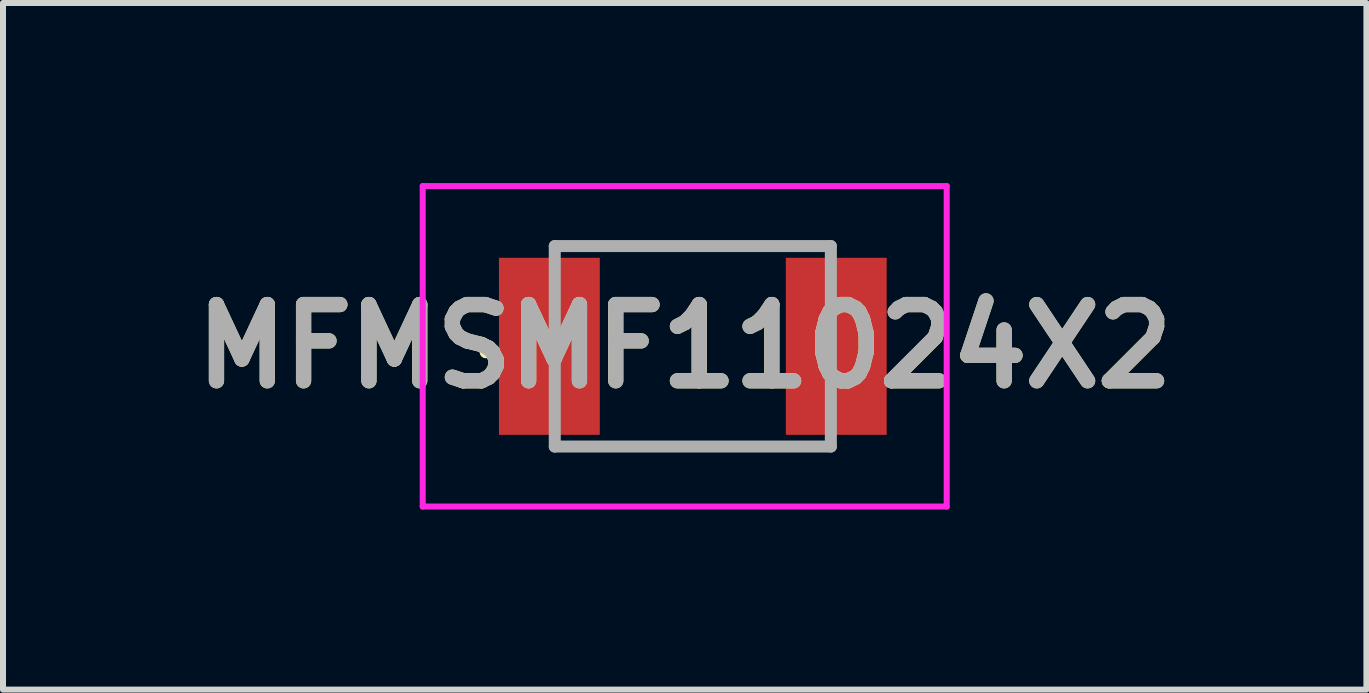
<source format=kicad_pcb>
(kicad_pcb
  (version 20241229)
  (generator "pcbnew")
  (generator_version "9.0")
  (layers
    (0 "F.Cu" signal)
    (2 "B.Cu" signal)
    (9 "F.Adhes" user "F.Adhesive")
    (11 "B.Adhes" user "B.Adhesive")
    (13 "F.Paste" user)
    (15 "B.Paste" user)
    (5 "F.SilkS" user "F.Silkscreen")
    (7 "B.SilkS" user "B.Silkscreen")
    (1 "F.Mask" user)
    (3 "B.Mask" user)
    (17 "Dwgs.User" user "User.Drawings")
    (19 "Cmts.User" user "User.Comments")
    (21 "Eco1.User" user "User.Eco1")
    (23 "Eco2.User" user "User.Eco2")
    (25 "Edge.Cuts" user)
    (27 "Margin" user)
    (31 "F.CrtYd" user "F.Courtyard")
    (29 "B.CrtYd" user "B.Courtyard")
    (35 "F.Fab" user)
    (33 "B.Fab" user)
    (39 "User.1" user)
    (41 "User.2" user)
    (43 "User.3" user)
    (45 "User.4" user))
  (footprint "MFMSMF11024X2"
    (layer "F.Cu")
    (at 8.493 2.72)
    (property "Reference" "MFMSMF11024X2" (at -0.135 0 0) (layer "F.SilkS") (effects (font (size 1.27 1.27) (thickness 0.254))))
    (attr smd)
    (fp_line (start -3.5 0.1) (end -3.5 0.1) (stroke (width 0.1) (type solid)) (layer "F.SilkS"))
    (fp_line (start -3.4 0.1) (end -3.4 0.1) (stroke (width 0.1) (type solid)) (layer "F.SilkS"))
    (fp_line (start -2.2 -1.67) (end 2.2 -1.67) (stroke (width 0.1) (type solid)) (layer "F.SilkS"))
    (fp_line (start -2.2 1.67) (end 2.2 1.67) (stroke (width 0.1) (type solid)) (layer "F.SilkS"))
    (fp_line (start 2.2 -1.67) (end 2.2 -1.67) (stroke (width 0.1) (type solid)) (layer "F.SilkS"))
    (fp_arc (start -3.5 0.1) (mid -3.45 0.05) (end -3.4 0.1) (stroke (width 0.1) (type solid)) (layer "F.SilkS"))
    (fp_arc (start -3.4 0.1) (mid -3.45 0.15) (end -3.5 0.1) (stroke (width 0.1) (type solid)) (layer "F.SilkS"))
    (fp_line (start -4.5 -2.67) (end 4.23 -2.67) (stroke (width 0.1) (type solid)) (layer "F.CrtYd"))
    (fp_line (start -4.5 2.67) (end -4.5 -2.67) (stroke (width 0.1) (type solid)) (layer "F.CrtYd"))
    (fp_line (start 4.23 -2.67) (end 4.23 2.67) (stroke (width 0.1) (type solid)) (layer "F.CrtYd"))
    (fp_line (start 4.23 2.67) (end -4.5 2.67) (stroke (width 0.1) (type solid)) (layer "F.CrtYd"))
    (fp_line (start -2.3 -1.67) (end 2.3 -1.67) (stroke (width 0.2) (type solid)) (layer "F.Fab"))
    (fp_line (start -2.3 1.67) (end -2.3 -1.67) (stroke (width 0.2) (type solid)) (layer "F.Fab"))
    (fp_line (start 2.3 -1.67) (end 2.3 1.67) (stroke (width 0.2) (type solid)) (layer "F.Fab"))
    (fp_line (start 2.3 1.67) (end -2.3 1.67) (stroke (width 0.2) (type solid)) (layer "F.Fab"))
    (fp_text user "${REFERENCE}" (at -0.135 0 0) (layer "F.Fab") (effects (font (size 1.27 1.27) (thickness 0.254))))
    (pad "1" smd rect (at -2.39 0 90) (size 2.95 1.68) (layers "F.Cu" "F.Mask" "F.Paste"))
    (pad "2" smd rect (at 2.39 0 90) (size 2.95 1.68) (layers "F.Cu" "F.Mask" "F.Paste")))
  (gr_rect
    (start -3 -3)
    (end 19.716 8.44)
    (stroke (width 0.1) (type default))
    (fill no)
    (layer "Edge.Cuts")))
</source>
